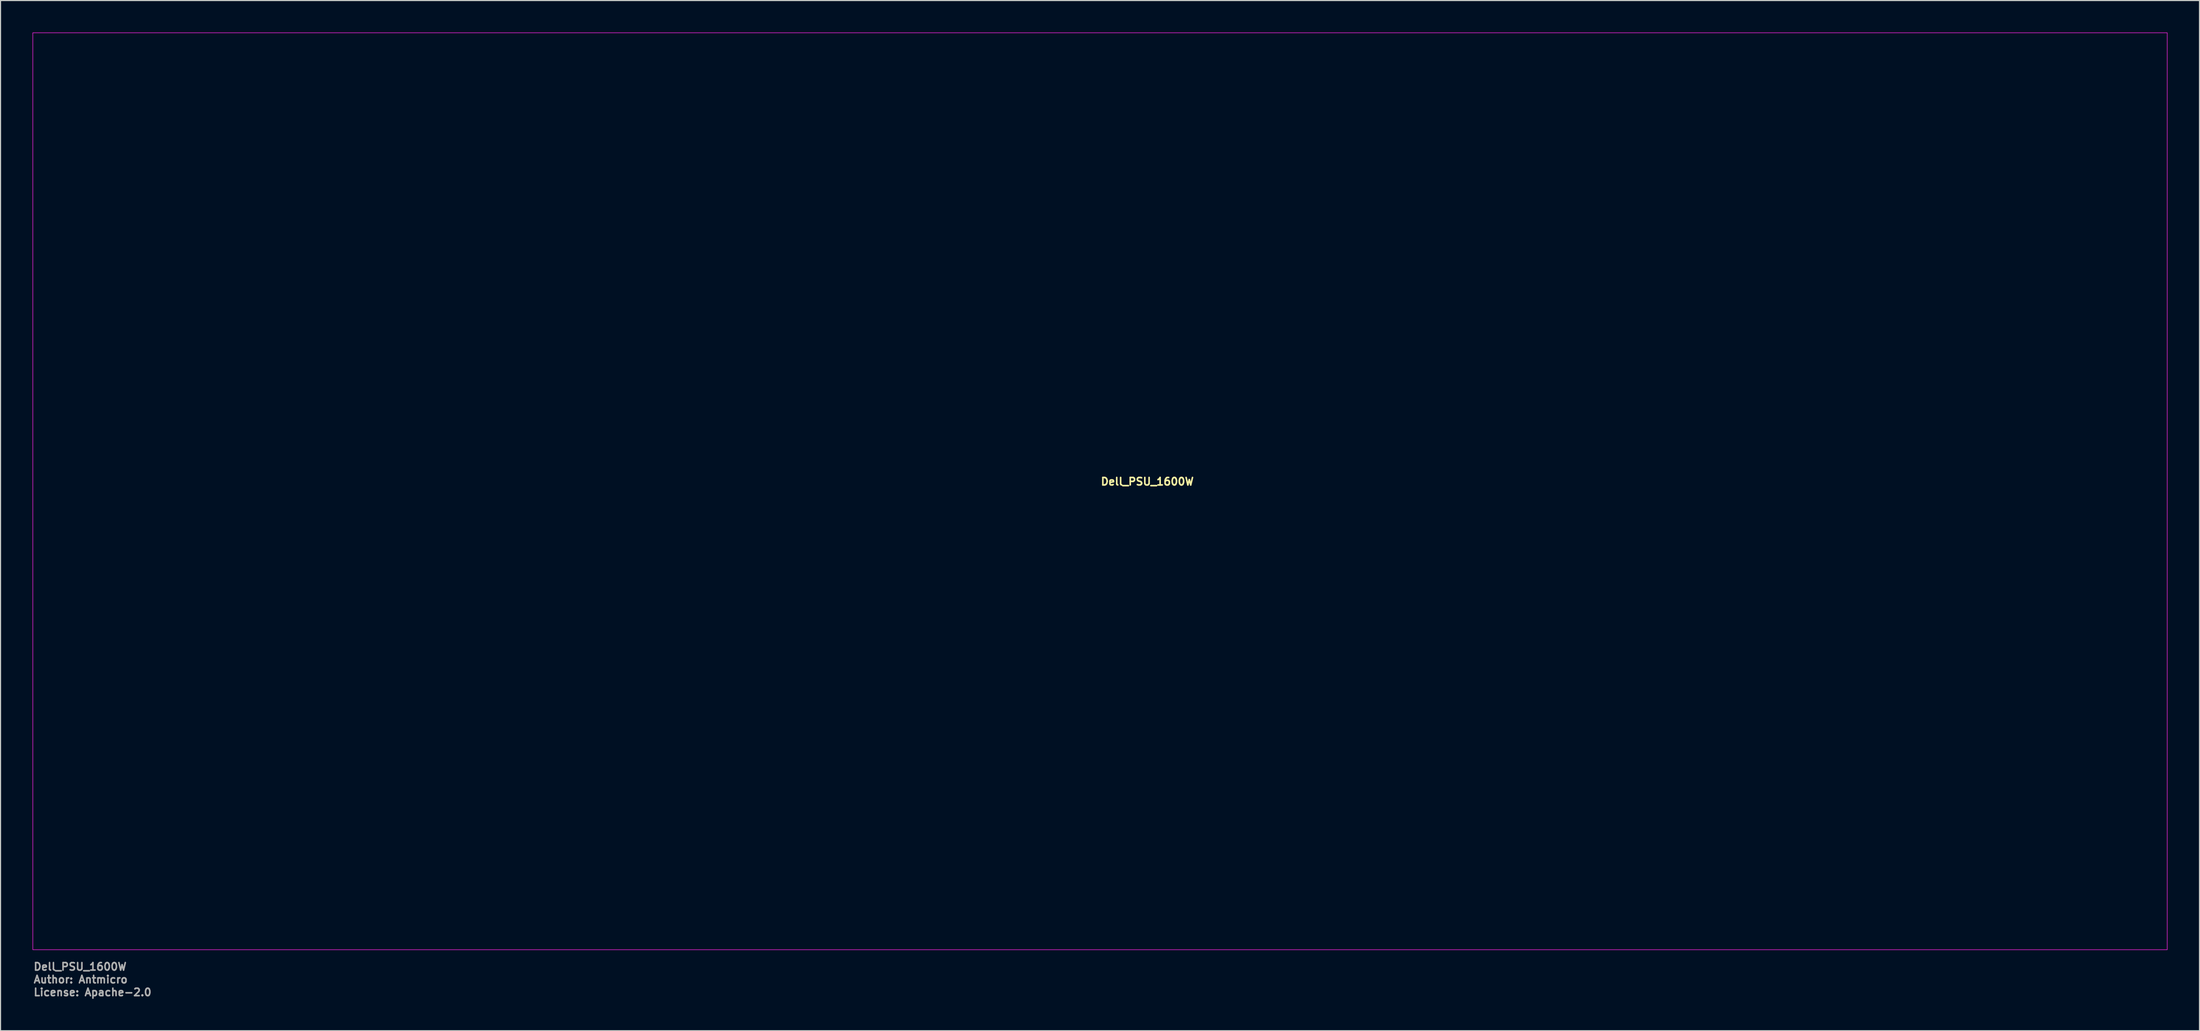
<source format=kicad_pcb>
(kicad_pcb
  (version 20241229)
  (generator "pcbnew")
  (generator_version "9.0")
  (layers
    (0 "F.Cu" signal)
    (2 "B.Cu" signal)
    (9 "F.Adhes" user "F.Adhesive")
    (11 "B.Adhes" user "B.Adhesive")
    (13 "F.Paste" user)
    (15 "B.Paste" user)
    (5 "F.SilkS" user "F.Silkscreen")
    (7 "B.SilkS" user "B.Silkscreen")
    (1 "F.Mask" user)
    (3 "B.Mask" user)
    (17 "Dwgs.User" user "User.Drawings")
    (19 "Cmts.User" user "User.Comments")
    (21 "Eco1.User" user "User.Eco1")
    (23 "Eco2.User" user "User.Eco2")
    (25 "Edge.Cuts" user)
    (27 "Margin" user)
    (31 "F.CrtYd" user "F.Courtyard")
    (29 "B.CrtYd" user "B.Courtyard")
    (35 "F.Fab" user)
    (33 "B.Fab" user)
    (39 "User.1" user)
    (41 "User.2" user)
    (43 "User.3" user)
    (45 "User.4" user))
  (footprint "Dell_PSU_1600W"
    (layer "F.Cu")
    (at 100.025 43.025)
    (property "Reference" "Dell_PSU_1600W" (at 0 -0.5 0) (unlocked yes) (layer "F.SilkS") (effects (font (size 0.7 0.7) (thickness 0.15)) (justify left bottom)))
    (attr exclude_from_pos_files exclude_from_bom)
    (fp_rect (start -100 -43) (end 100 43) (stroke (width 0.05) (type default)) (fill no) (layer "F.CrtYd"))
    (fp_text user "License: Apache-2.0" (at -100 47.4 0) (layer "F.Fab") (effects (font (size 0.7 0.7) (thickness 0.15)) (justify left bottom)))
    (fp_text user "Author: Antmicro" (at -100 46.2 0) (layer "F.Fab") (effects (font (size 0.7 0.7) (thickness 0.15)) (justify left bottom)))
    (fp_text user "${REFERENCE}" (at -100 45 0) (unlocked yes) (layer "F.Fab") (effects (font (size 0.7 0.7) (thickness 0.15)) (justify left bottom))))
  (gr_rect
    (start -3 -3)
    (end 203.05 93.621)
    (stroke (width 0.1) (type default))
    (fill no)
    (layer "Edge.Cuts")))
</source>
